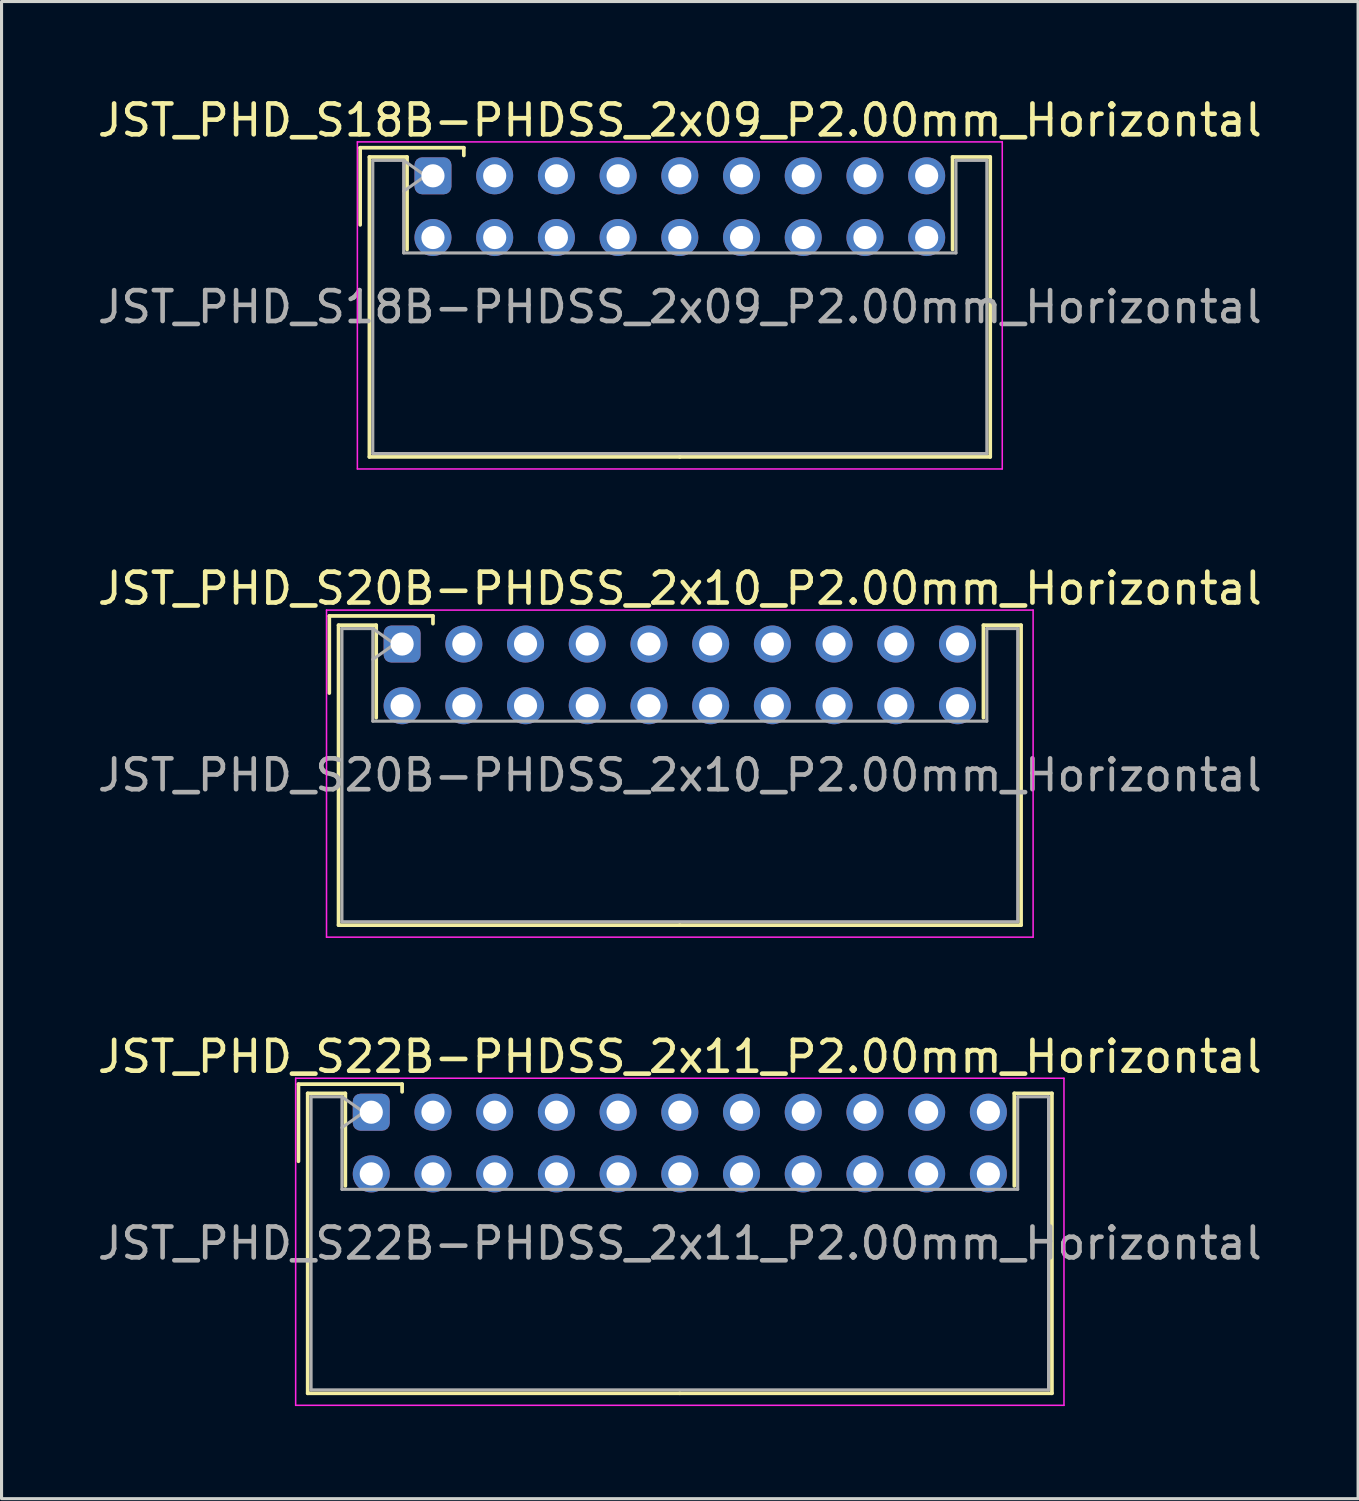
<source format=kicad_pcb>
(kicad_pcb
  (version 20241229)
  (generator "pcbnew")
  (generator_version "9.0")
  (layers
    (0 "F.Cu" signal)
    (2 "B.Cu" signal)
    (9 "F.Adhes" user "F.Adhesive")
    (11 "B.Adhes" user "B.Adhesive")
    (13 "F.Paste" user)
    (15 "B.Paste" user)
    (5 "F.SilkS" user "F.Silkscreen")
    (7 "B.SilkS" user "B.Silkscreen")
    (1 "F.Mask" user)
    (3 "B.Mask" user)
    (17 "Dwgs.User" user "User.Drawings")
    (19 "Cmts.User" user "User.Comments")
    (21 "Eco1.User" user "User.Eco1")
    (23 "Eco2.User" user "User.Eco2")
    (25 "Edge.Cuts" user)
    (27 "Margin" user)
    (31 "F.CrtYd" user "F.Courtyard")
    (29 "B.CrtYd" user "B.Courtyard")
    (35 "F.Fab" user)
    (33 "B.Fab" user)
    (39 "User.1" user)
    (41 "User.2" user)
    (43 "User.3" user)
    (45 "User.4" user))
  (footprint "JST_PHD_S20B-PHDSS_2x10_P2.00mm_Horizontal"
    (layer "F.Cu")
    (at 9.982 17.822)
    (property "Reference" "JST_PHD_S20B-PHDSS_2x10_P2.00mm_Horizontal" (at 9 -1.8 0) (layer "F.SilkS") (effects (font (size 1 1) (thickness 0.15))))
    (attr through_hole)
    (fp_line (start -2.36 -0.91) (end -2.36 1.59) (stroke (width 0.12) (type solid)) (layer "F.SilkS"))
    (fp_line (start -2.06 -0.61) (end -2.06 9.11) (stroke (width 0.12) (type solid)) (layer "F.SilkS"))
    (fp_line (start -2.06 9.11) (end 9 9.11) (stroke (width 0.12) (type solid)) (layer "F.SilkS"))
    (fp_line (start -0.84 -0.61) (end -2.06 -0.61) (stroke (width 0.12) (type solid)) (layer "F.SilkS"))
    (fp_line (start -0.84 2.39) (end -0.84 -0.61) (stroke (width 0.12) (type solid)) (layer "F.SilkS"))
    (fp_line (start 1 -0.91) (end -2.36 -0.91) (stroke (width 0.12) (type solid)) (layer "F.SilkS"))
    (fp_line (start 1 -0.66) (end 1 -0.91) (stroke (width 0.12) (type solid)) (layer "F.SilkS"))
    (fp_line (start 18.84 -0.61) (end 20.06 -0.61) (stroke (width 0.12) (type solid)) (layer "F.SilkS"))
    (fp_line (start 18.84 2.39) (end 18.84 -0.61) (stroke (width 0.12) (type solid)) (layer "F.SilkS"))
    (fp_line (start 20.06 -0.61) (end 20.06 9.11) (stroke (width 0.12) (type solid)) (layer "F.SilkS"))
    (fp_line (start 20.06 9.11) (end 9 9.11) (stroke (width 0.12) (type solid)) (layer "F.SilkS"))
    (fp_line (start -2.45 -1.1) (end -2.45 9.5) (stroke (width 0.05) (type solid)) (layer "F.CrtYd"))
    (fp_line (start -2.45 9.5) (end 20.45 9.5) (stroke (width 0.05) (type solid)) (layer "F.CrtYd"))
    (fp_line (start 20.45 -1.1) (end -2.45 -1.1) (stroke (width 0.05) (type solid)) (layer "F.CrtYd"))
    (fp_line (start 20.45 9.5) (end 20.45 -1.1) (stroke (width 0.05) (type solid)) (layer "F.CrtYd"))
    (fp_line (start -1.95 -0.5) (end -0.95 -0.5) (stroke (width 0.1) (type solid)) (layer "F.Fab"))
    (fp_line (start -1.95 9) (end -1.95 -0.5) (stroke (width 0.1) (type solid)) (layer "F.Fab"))
    (fp_line (start -0.95 -0.5) (end -0.95 2.5) (stroke (width 0.1) (type solid)) (layer "F.Fab"))
    (fp_line (start -0.95 -0.5) (end -0.243 0) (stroke (width 0.1) (type solid)) (layer "F.Fab"))
    (fp_line (start -0.95 2.5) (end 18.95 2.5) (stroke (width 0.1) (type solid)) (layer "F.Fab"))
    (fp_line (start -0.243 0) (end -0.95 0.5) (stroke (width 0.1) (type solid)) (layer "F.Fab"))
    (fp_line (start 18.95 -0.5) (end 19.95 -0.5) (stroke (width 0.1) (type solid)) (layer "F.Fab"))
    (fp_line (start 18.95 2.5) (end 18.95 -0.5) (stroke (width 0.1) (type solid)) (layer "F.Fab"))
    (fp_line (start 19.95 -0.5) (end 19.95 9) (stroke (width 0.1) (type solid)) (layer "F.Fab"))
    (fp_line (start 19.95 9) (end -1.95 9) (stroke (width 0.1) (type solid)) (layer "F.Fab"))
    (fp_text user "${REFERENCE}" (at 9 4.25 0) (layer "F.Fab") (effects (font (size 1 1) (thickness 0.15))))
    (pad "1" thru_hole roundrect (at 0 0) (size 1.2 1.2) (drill 0.75) (layers "*.Cu" "*.Mask") (roundrect_rratio 0.208))
    (pad "2" thru_hole circle (at 0 2) (size 1.2 1.2) (drill 0.75) (layers "*.Cu" "*.Mask"))
    (pad "3" thru_hole circle (at 2 0) (size 1.2 1.2) (drill 0.75) (layers "*.Cu" "*.Mask"))
    (pad "4" thru_hole circle (at 2 2) (size 1.2 1.2) (drill 0.75) (layers "*.Cu" "*.Mask"))
    (pad "5" thru_hole circle (at 4 0) (size 1.2 1.2) (drill 0.75) (layers "*.Cu" "*.Mask"))
    (pad "6" thru_hole circle (at 4 2) (size 1.2 1.2) (drill 0.75) (layers "*.Cu" "*.Mask"))
    (pad "7" thru_hole circle (at 6 0) (size 1.2 1.2) (drill 0.75) (layers "*.Cu" "*.Mask"))
    (pad "8" thru_hole circle (at 6 2) (size 1.2 1.2) (drill 0.75) (layers "*.Cu" "*.Mask"))
    (pad "9" thru_hole circle (at 8 0) (size 1.2 1.2) (drill 0.75) (layers "*.Cu" "*.Mask"))
    (pad "10" thru_hole circle (at 8 2) (size 1.2 1.2) (drill 0.75) (layers "*.Cu" "*.Mask"))
    (pad "11" thru_hole circle (at 10 0) (size 1.2 1.2) (drill 0.75) (layers "*.Cu" "*.Mask"))
    (pad "12" thru_hole circle (at 10 2) (size 1.2 1.2) (drill 0.75) (layers "*.Cu" "*.Mask"))
    (pad "13" thru_hole circle (at 12 0) (size 1.2 1.2) (drill 0.75) (layers "*.Cu" "*.Mask"))
    (pad "14" thru_hole circle (at 12 2) (size 1.2 1.2) (drill 0.75) (layers "*.Cu" "*.Mask"))
    (pad "15" thru_hole circle (at 14 0) (size 1.2 1.2) (drill 0.75) (layers "*.Cu" "*.Mask"))
    (pad "16" thru_hole circle (at 14 2) (size 1.2 1.2) (drill 0.75) (layers "*.Cu" "*.Mask"))
    (pad "17" thru_hole circle (at 16 0) (size 1.2 1.2) (drill 0.75) (layers "*.Cu" "*.Mask"))
    (pad "18" thru_hole circle (at 16 2) (size 1.2 1.2) (drill 0.75) (layers "*.Cu" "*.Mask"))
    (pad "19" thru_hole circle (at 18 0) (size 1.2 1.2) (drill 0.75) (layers "*.Cu" "*.Mask"))
    (pad "20" thru_hole circle (at 18 2) (size 1.2 1.2) (drill 0.75) (layers "*.Cu" "*.Mask")))
  (footprint "JST_PHD_S22B-PHDSS_2x11_P2.00mm_Horizontal"
    (layer "F.Cu")
    (at 8.982 32.995)
    (property "Reference" "JST_PHD_S22B-PHDSS_2x11_P2.00mm_Horizontal" (at 10 -1.8 0) (layer "F.SilkS") (effects (font (size 1 1) (thickness 0.15))))
    (attr through_hole)
    (fp_line (start -2.36 -0.91) (end -2.36 1.59) (stroke (width 0.12) (type solid)) (layer "F.SilkS"))
    (fp_line (start -2.06 -0.61) (end -2.06 9.11) (stroke (width 0.12) (type solid)) (layer "F.SilkS"))
    (fp_line (start -2.06 9.11) (end 10 9.11) (stroke (width 0.12) (type solid)) (layer "F.SilkS"))
    (fp_line (start -0.84 -0.61) (end -2.06 -0.61) (stroke (width 0.12) (type solid)) (layer "F.SilkS"))
    (fp_line (start -0.84 2.39) (end -0.84 -0.61) (stroke (width 0.12) (type solid)) (layer "F.SilkS"))
    (fp_line (start 1 -0.91) (end -2.36 -0.91) (stroke (width 0.12) (type solid)) (layer "F.SilkS"))
    (fp_line (start 1 -0.66) (end 1 -0.91) (stroke (width 0.12) (type solid)) (layer "F.SilkS"))
    (fp_line (start 20.84 -0.61) (end 22.06 -0.61) (stroke (width 0.12) (type solid)) (layer "F.SilkS"))
    (fp_line (start 20.84 2.39) (end 20.84 -0.61) (stroke (width 0.12) (type solid)) (layer "F.SilkS"))
    (fp_line (start 22.06 -0.61) (end 22.06 9.11) (stroke (width 0.12) (type solid)) (layer "F.SilkS"))
    (fp_line (start 22.06 9.11) (end 10 9.11) (stroke (width 0.12) (type solid)) (layer "F.SilkS"))
    (fp_line (start -2.45 -1.1) (end -2.45 9.5) (stroke (width 0.05) (type solid)) (layer "F.CrtYd"))
    (fp_line (start -2.45 9.5) (end 22.45 9.5) (stroke (width 0.05) (type solid)) (layer "F.CrtYd"))
    (fp_line (start 22.45 -1.1) (end -2.45 -1.1) (stroke (width 0.05) (type solid)) (layer "F.CrtYd"))
    (fp_line (start 22.45 9.5) (end 22.45 -1.1) (stroke (width 0.05) (type solid)) (layer "F.CrtYd"))
    (fp_line (start -1.95 -0.5) (end -0.95 -0.5) (stroke (width 0.1) (type solid)) (layer "F.Fab"))
    (fp_line (start -1.95 9) (end -1.95 -0.5) (stroke (width 0.1) (type solid)) (layer "F.Fab"))
    (fp_line (start -0.95 -0.5) (end -0.95 2.5) (stroke (width 0.1) (type solid)) (layer "F.Fab"))
    (fp_line (start -0.95 -0.5) (end -0.243 0) (stroke (width 0.1) (type solid)) (layer "F.Fab"))
    (fp_line (start -0.95 2.5) (end 20.95 2.5) (stroke (width 0.1) (type solid)) (layer "F.Fab"))
    (fp_line (start -0.243 0) (end -0.95 0.5) (stroke (width 0.1) (type solid)) (layer "F.Fab"))
    (fp_line (start 20.95 -0.5) (end 21.95 -0.5) (stroke (width 0.1) (type solid)) (layer "F.Fab"))
    (fp_line (start 20.95 2.5) (end 20.95 -0.5) (stroke (width 0.1) (type solid)) (layer "F.Fab"))
    (fp_line (start 21.95 -0.5) (end 21.95 9) (stroke (width 0.1) (type solid)) (layer "F.Fab"))
    (fp_line (start 21.95 9) (end -1.95 9) (stroke (width 0.1) (type solid)) (layer "F.Fab"))
    (fp_text user "${REFERENCE}" (at 10 4.25 0) (layer "F.Fab") (effects (font (size 1 1) (thickness 0.15))))
    (pad "1" thru_hole roundrect (at 0 0) (size 1.2 1.2) (drill 0.75) (layers "*.Cu" "*.Mask") (roundrect_rratio 0.208))
    (pad "2" thru_hole circle (at 0 2) (size 1.2 1.2) (drill 0.75) (layers "*.Cu" "*.Mask"))
    (pad "3" thru_hole circle (at 2 0) (size 1.2 1.2) (drill 0.75) (layers "*.Cu" "*.Mask"))
    (pad "4" thru_hole circle (at 2 2) (size 1.2 1.2) (drill 0.75) (layers "*.Cu" "*.Mask"))
    (pad "5" thru_hole circle (at 4 0) (size 1.2 1.2) (drill 0.75) (layers "*.Cu" "*.Mask"))
    (pad "6" thru_hole circle (at 4 2) (size 1.2 1.2) (drill 0.75) (layers "*.Cu" "*.Mask"))
    (pad "7" thru_hole circle (at 6 0) (size 1.2 1.2) (drill 0.75) (layers "*.Cu" "*.Mask"))
    (pad "8" thru_hole circle (at 6 2) (size 1.2 1.2) (drill 0.75) (layers "*.Cu" "*.Mask"))
    (pad "9" thru_hole circle (at 8 0) (size 1.2 1.2) (drill 0.75) (layers "*.Cu" "*.Mask"))
    (pad "10" thru_hole circle (at 8 2) (size 1.2 1.2) (drill 0.75) (layers "*.Cu" "*.Mask"))
    (pad "11" thru_hole circle (at 10 0) (size 1.2 1.2) (drill 0.75) (layers "*.Cu" "*.Mask"))
    (pad "12" thru_hole circle (at 10 2) (size 1.2 1.2) (drill 0.75) (layers "*.Cu" "*.Mask"))
    (pad "13" thru_hole circle (at 12 0) (size 1.2 1.2) (drill 0.75) (layers "*.Cu" "*.Mask"))
    (pad "14" thru_hole circle (at 12 2) (size 1.2 1.2) (drill 0.75) (layers "*.Cu" "*.Mask"))
    (pad "15" thru_hole circle (at 14 0) (size 1.2 1.2) (drill 0.75) (layers "*.Cu" "*.Mask"))
    (pad "16" thru_hole circle (at 14 2) (size 1.2 1.2) (drill 0.75) (layers "*.Cu" "*.Mask"))
    (pad "17" thru_hole circle (at 16 0) (size 1.2 1.2) (drill 0.75) (layers "*.Cu" "*.Mask"))
    (pad "18" thru_hole circle (at 16 2) (size 1.2 1.2) (drill 0.75) (layers "*.Cu" "*.Mask"))
    (pad "19" thru_hole circle (at 18 0) (size 1.2 1.2) (drill 0.75) (layers "*.Cu" "*.Mask"))
    (pad "20" thru_hole circle (at 18 2) (size 1.2 1.2) (drill 0.75) (layers "*.Cu" "*.Mask"))
    (pad "21" thru_hole circle (at 20 0) (size 1.2 1.2) (drill 0.75) (layers "*.Cu" "*.Mask"))
    (pad "22" thru_hole circle (at 20 2) (size 1.2 1.2) (drill 0.75) (layers "*.Cu" "*.Mask")))
  (footprint "JST_PHD_S18B-PHDSS_2x09_P2.00mm_Horizontal"
    (layer "F.Cu")
    (at 10.982 2.648)
    (property "Reference" "JST_PHD_S18B-PHDSS_2x09_P2.00mm_Horizontal" (at 8 -1.8 0) (layer "F.SilkS") (effects (font (size 1 1) (thickness 0.15))))
    (attr through_hole)
    (fp_line (start -2.36 -0.91) (end -2.36 1.59) (stroke (width 0.12) (type solid)) (layer "F.SilkS"))
    (fp_line (start -2.06 -0.61) (end -2.06 9.11) (stroke (width 0.12) (type solid)) (layer "F.SilkS"))
    (fp_line (start -2.06 9.11) (end 8 9.11) (stroke (width 0.12) (type solid)) (layer "F.SilkS"))
    (fp_line (start -0.84 -0.61) (end -2.06 -0.61) (stroke (width 0.12) (type solid)) (layer "F.SilkS"))
    (fp_line (start -0.84 2.39) (end -0.84 -0.61) (stroke (width 0.12) (type solid)) (layer "F.SilkS"))
    (fp_line (start 1 -0.91) (end -2.36 -0.91) (stroke (width 0.12) (type solid)) (layer "F.SilkS"))
    (fp_line (start 1 -0.66) (end 1 -0.91) (stroke (width 0.12) (type solid)) (layer "F.SilkS"))
    (fp_line (start 16.84 -0.61) (end 18.06 -0.61) (stroke (width 0.12) (type solid)) (layer "F.SilkS"))
    (fp_line (start 16.84 2.39) (end 16.84 -0.61) (stroke (width 0.12) (type solid)) (layer "F.SilkS"))
    (fp_line (start 18.06 -0.61) (end 18.06 9.11) (stroke (width 0.12) (type solid)) (layer "F.SilkS"))
    (fp_line (start 18.06 9.11) (end 8 9.11) (stroke (width 0.12) (type solid)) (layer "F.SilkS"))
    (fp_line (start -2.45 -1.1) (end -2.45 9.5) (stroke (width 0.05) (type solid)) (layer "F.CrtYd"))
    (fp_line (start -2.45 9.5) (end 18.45 9.5) (stroke (width 0.05) (type solid)) (layer "F.CrtYd"))
    (fp_line (start 18.45 -1.1) (end -2.45 -1.1) (stroke (width 0.05) (type solid)) (layer "F.CrtYd"))
    (fp_line (start 18.45 9.5) (end 18.45 -1.1) (stroke (width 0.05) (type solid)) (layer "F.CrtYd"))
    (fp_line (start -1.95 -0.5) (end -0.95 -0.5) (stroke (width 0.1) (type solid)) (layer "F.Fab"))
    (fp_line (start -1.95 9) (end -1.95 -0.5) (stroke (width 0.1) (type solid)) (layer "F.Fab"))
    (fp_line (start -0.95 -0.5) (end -0.95 2.5) (stroke (width 0.1) (type solid)) (layer "F.Fab"))
    (fp_line (start -0.95 -0.5) (end -0.243 0) (stroke (width 0.1) (type solid)) (layer "F.Fab"))
    (fp_line (start -0.95 2.5) (end 16.95 2.5) (stroke (width 0.1) (type solid)) (layer "F.Fab"))
    (fp_line (start -0.243 0) (end -0.95 0.5) (stroke (width 0.1) (type solid)) (layer "F.Fab"))
    (fp_line (start 16.95 -0.5) (end 17.95 -0.5) (stroke (width 0.1) (type solid)) (layer "F.Fab"))
    (fp_line (start 16.95 2.5) (end 16.95 -0.5) (stroke (width 0.1) (type solid)) (layer "F.Fab"))
    (fp_line (start 17.95 -0.5) (end 17.95 9) (stroke (width 0.1) (type solid)) (layer "F.Fab"))
    (fp_line (start 17.95 9) (end -1.95 9) (stroke (width 0.1) (type solid)) (layer "F.Fab"))
    (fp_text user "${REFERENCE}" (at 8 4.25 0) (layer "F.Fab") (effects (font (size 1 1) (thickness 0.15))))
    (pad "1" thru_hole roundrect (at 0 0) (size 1.2 1.2) (drill 0.75) (layers "*.Cu" "*.Mask") (roundrect_rratio 0.208))
    (pad "2" thru_hole circle (at 0 2) (size 1.2 1.2) (drill 0.75) (layers "*.Cu" "*.Mask"))
    (pad "3" thru_hole circle (at 2 0) (size 1.2 1.2) (drill 0.75) (layers "*.Cu" "*.Mask"))
    (pad "4" thru_hole circle (at 2 2) (size 1.2 1.2) (drill 0.75) (layers "*.Cu" "*.Mask"))
    (pad "5" thru_hole circle (at 4 0) (size 1.2 1.2) (drill 0.75) (layers "*.Cu" "*.Mask"))
    (pad "6" thru_hole circle (at 4 2) (size 1.2 1.2) (drill 0.75) (layers "*.Cu" "*.Mask"))
    (pad "7" thru_hole circle (at 6 0) (size 1.2 1.2) (drill 0.75) (layers "*.Cu" "*.Mask"))
    (pad "8" thru_hole circle (at 6 2) (size 1.2 1.2) (drill 0.75) (layers "*.Cu" "*.Mask"))
    (pad "9" thru_hole circle (at 8 0) (size 1.2 1.2) (drill 0.75) (layers "*.Cu" "*.Mask"))
    (pad "10" thru_hole circle (at 8 2) (size 1.2 1.2) (drill 0.75) (layers "*.Cu" "*.Mask"))
    (pad "11" thru_hole circle (at 10 0) (size 1.2 1.2) (drill 0.75) (layers "*.Cu" "*.Mask"))
    (pad "12" thru_hole circle (at 10 2) (size 1.2 1.2) (drill 0.75) (layers "*.Cu" "*.Mask"))
    (pad "13" thru_hole circle (at 12 0) (size 1.2 1.2) (drill 0.75) (layers "*.Cu" "*.Mask"))
    (pad "14" thru_hole circle (at 12 2) (size 1.2 1.2) (drill 0.75) (layers "*.Cu" "*.Mask"))
    (pad "15" thru_hole circle (at 14 0) (size 1.2 1.2) (drill 0.75) (layers "*.Cu" "*.Mask"))
    (pad "16" thru_hole circle (at 14 2) (size 1.2 1.2) (drill 0.75) (layers "*.Cu" "*.Mask"))
    (pad "17" thru_hole circle (at 16 0) (size 1.2 1.2) (drill 0.75) (layers "*.Cu" "*.Mask"))
    (pad "18" thru_hole circle (at 16 2) (size 1.2 1.2) (drill 0.75) (layers "*.Cu" "*.Mask")))
  (gr_rect
    (start -3 -3)
    (end 40.964 45.52)
    (stroke (width 0.1) (type default))
    (fill no)
    (layer "Edge.Cuts")))
</source>
